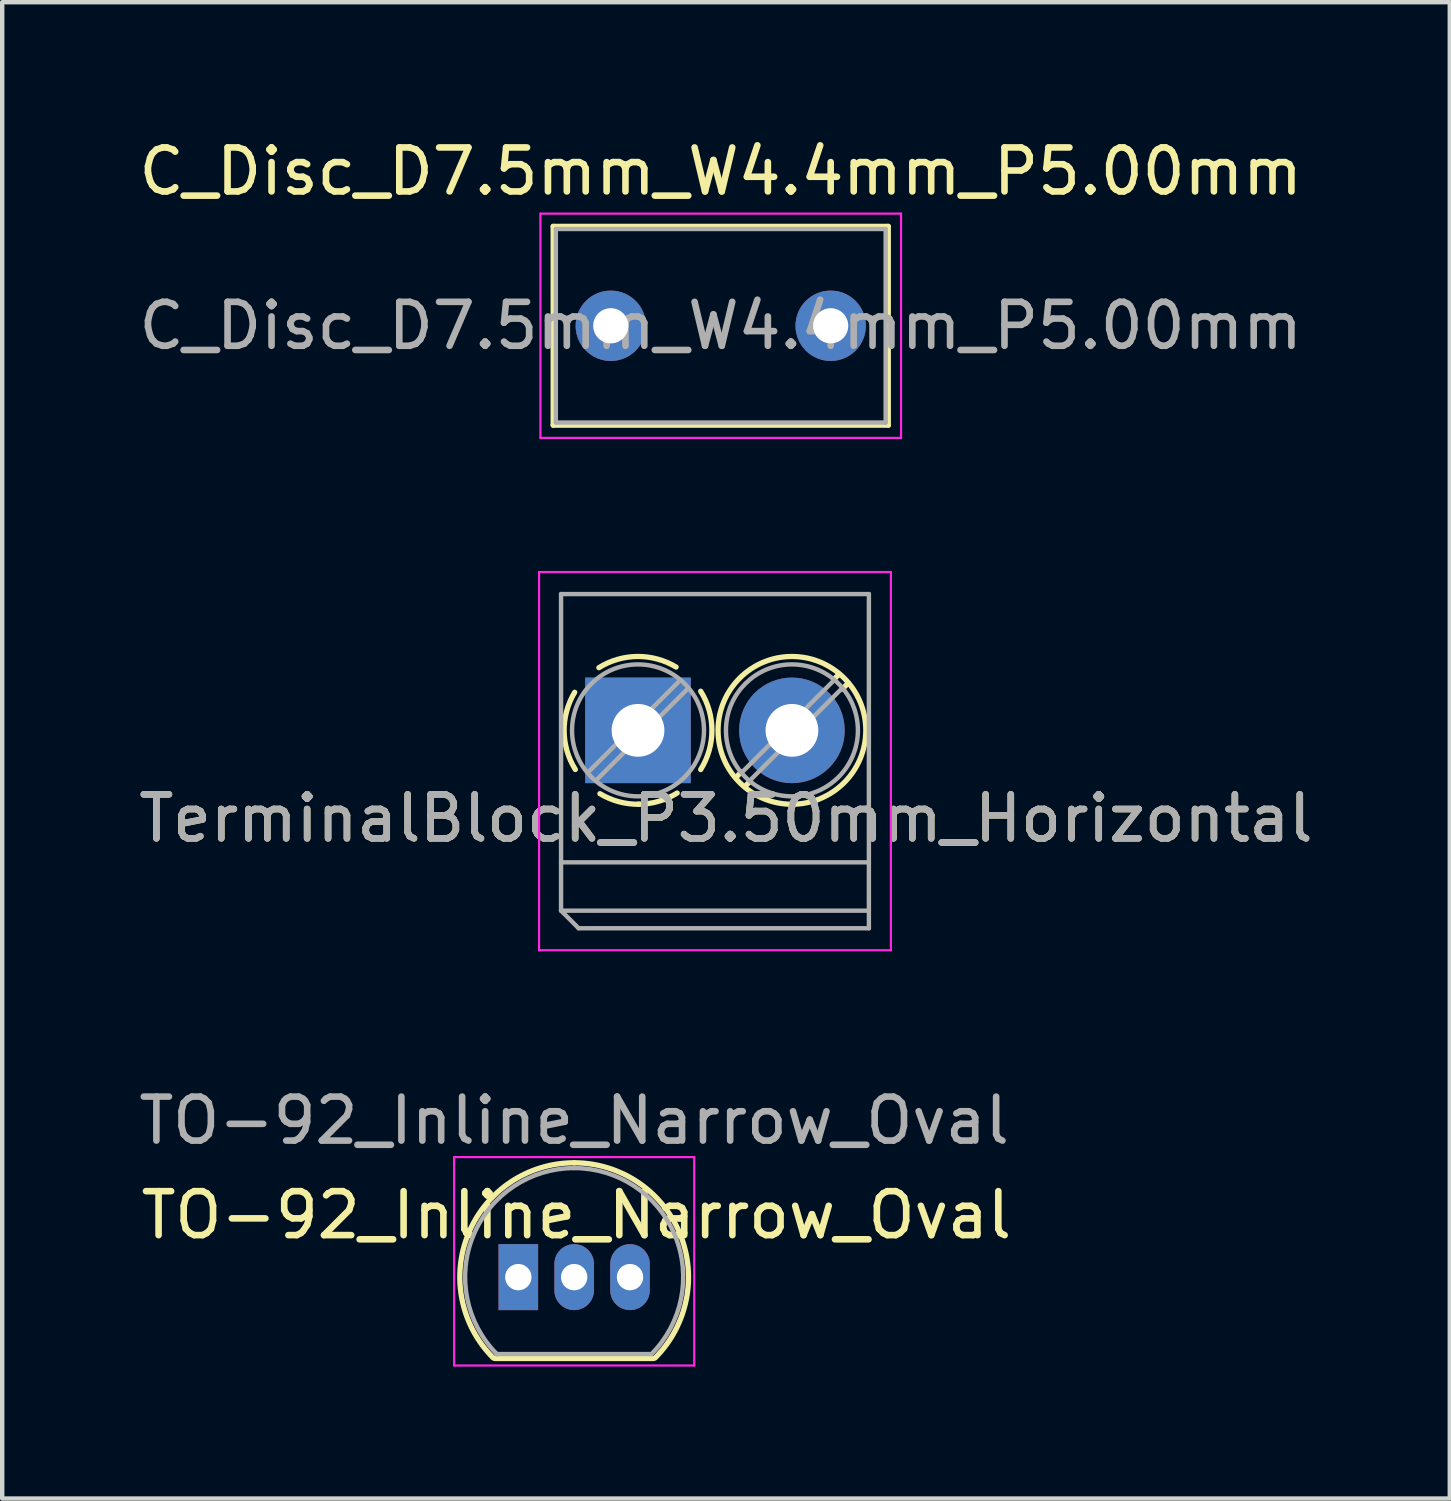
<source format=kicad_pcb>
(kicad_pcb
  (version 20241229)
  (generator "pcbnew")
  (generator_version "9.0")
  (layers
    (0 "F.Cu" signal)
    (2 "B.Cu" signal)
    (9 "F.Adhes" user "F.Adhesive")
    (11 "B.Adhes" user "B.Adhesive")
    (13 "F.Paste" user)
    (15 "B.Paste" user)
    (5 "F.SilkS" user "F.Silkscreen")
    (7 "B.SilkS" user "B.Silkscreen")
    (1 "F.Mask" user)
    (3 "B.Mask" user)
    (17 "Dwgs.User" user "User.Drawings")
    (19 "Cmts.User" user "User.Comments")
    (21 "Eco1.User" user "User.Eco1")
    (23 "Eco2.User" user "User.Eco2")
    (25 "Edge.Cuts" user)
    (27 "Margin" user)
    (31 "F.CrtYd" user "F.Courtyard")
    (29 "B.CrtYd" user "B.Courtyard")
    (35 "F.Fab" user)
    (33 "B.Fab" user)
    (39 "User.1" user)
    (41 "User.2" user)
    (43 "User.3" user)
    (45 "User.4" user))
  (footprint "C_Disc_D7.5mm_W4.4mm_P5.00mm"
    (layer "F.Cu")
    (at 10.839 4.358)
    (property "Reference" "C_Disc_D7.5mm_W4.4mm_P5.00mm" (at 2.5 -3.51 0) (layer "F.SilkS") (effects (font (size 1 1) (thickness 0.15))))
    (attr through_hole)
    (fp_line (start -1.31 -2.26) (end -1.31 2.26) (stroke (width 0.12) (type solid)) (layer "F.SilkS"))
    (fp_line (start -1.31 -2.26) (end 6.31 -2.26) (stroke (width 0.12) (type solid)) (layer "F.SilkS"))
    (fp_line (start -1.31 2.26) (end 6.31 2.26) (stroke (width 0.12) (type solid)) (layer "F.SilkS"))
    (fp_line (start 6.31 -2.26) (end 6.31 2.26) (stroke (width 0.12) (type solid)) (layer "F.SilkS"))
    (fp_line (start -1.6 -2.55) (end -1.6 2.55) (stroke (width 0.05) (type solid)) (layer "F.CrtYd"))
    (fp_line (start -1.6 2.55) (end 6.6 2.55) (stroke (width 0.05) (type solid)) (layer "F.CrtYd"))
    (fp_line (start 6.6 -2.55) (end -1.6 -2.55) (stroke (width 0.05) (type solid)) (layer "F.CrtYd"))
    (fp_line (start 6.6 2.55) (end 6.6 -2.55) (stroke (width 0.05) (type solid)) (layer "F.CrtYd"))
    (fp_line (start -1.25 -2.2) (end -1.25 2.2) (stroke (width 0.1) (type solid)) (layer "F.Fab"))
    (fp_line (start -1.25 2.2) (end 6.25 2.2) (stroke (width 0.1) (type solid)) (layer "F.Fab"))
    (fp_line (start 6.25 -2.2) (end -1.25 -2.2) (stroke (width 0.1) (type solid)) (layer "F.Fab"))
    (fp_line (start 6.25 2.2) (end 6.25 -2.2) (stroke (width 0.1) (type solid)) (layer "F.Fab"))
    (fp_text user "${REFERENCE}" (at 2.5 0 0) (layer "F.Fab") (effects (font (size 1 1) (thickness 0.15))))
    (pad "1" thru_hole circle (at 0 0) (size 1.6 1.6) (drill 0.8) (layers "*.Cu" "*.Mask"))
    (pad "2" thru_hole circle (at 5 0) (size 1.6 1.6) (drill 0.8) (layers "*.Cu" "*.Mask")))
  (footprint "TO-92_Inline_Narrow_Oval"
    (layer "F.Cu")
    (at 8.736 25.991)
    (property "Reference" "TO-92_Inline_Narrow_Oval" (at 1.32 -1.41 0) (layer "F.SilkS") (effects (font (size 1 1) (thickness 0.15))))
    (attr through_hole)
    (fp_line (start -0.53 1.85) (end 3.07 1.85) (stroke (width 0.12) (type solid)) (layer "F.SilkS"))
    (fp_arc (start -0.568478 1.838478) (mid -1.132087 -0.994977) (end 1.27 -2.6) (stroke (width 0.12) (type solid)) (layer "F.SilkS"))
    (fp_arc (start 1.27 -2.6) (mid 3.672087 -0.994977) (end 3.108478 1.838478) (stroke (width 0.12) (type solid)) (layer "F.SilkS"))
    (fp_line (start -1.46 -2.73) (end -1.46 2.01) (stroke (width 0.05) (type solid)) (layer "F.CrtYd"))
    (fp_line (start -1.46 -2.73) (end 4 -2.73) (stroke (width 0.05) (type solid)) (layer "F.CrtYd"))
    (fp_line (start 4 2.01) (end -1.46 2.01) (stroke (width 0.05) (type solid)) (layer "F.CrtYd"))
    (fp_line (start 4 2.01) (end 4 -2.73) (stroke (width 0.05) (type solid)) (layer "F.CrtYd"))
    (fp_line (start -0.5 1.75) (end 3 1.75) (stroke (width 0.1) (type solid)) (layer "F.Fab"))
    (fp_arc (start -0.483625 1.753625) (mid -1.021221 -0.949055) (end 1.27 -2.48) (stroke (width 0.1) (type solid)) (layer "F.Fab"))
    (fp_arc (start 1.27 -2.48) (mid 3.561221 -0.949055) (end 3.023625 1.753625) (stroke (width 0.1) (type solid)) (layer "F.Fab"))
    (fp_text user "${REFERENCE}" (at 1.27 -3.56 0) (layer "F.Fab") (effects (font (size 1 1) (thickness 0.15))))
    (pad "1" thru_hole rect (at 0 0 180) (size 0.9 1.5) (drill 0.6) (layers "*.Cu" "*.Mask"))
    (pad "2" thru_hole oval (at 1.27 0 180) (size 0.9 1.5) (drill 0.6) (layers "*.Cu" "*.Mask"))
    (pad "3" thru_hole oval (at 2.54 0 180) (size 0.9 1.5) (drill 0.6) (layers "*.Cu" "*.Mask")))
  (footprint "TerminalBlock_P3.50mm_Horizontal"
    (layer "F.Cu")
    (at 11.458 13.558)
    (property "Reference" "TerminalBlock_P3.50mm_Horizontal" (at 2 2 0) (layer "F.SilkS") (effects (font (size 1 1) (thickness 0.15))))
    (attr through_hole)
    (fp_line (start 2.355 0.941) (end 2.226 1.069) (stroke (width 0.12) (type solid)) (layer "F.SilkS"))
    (fp_line (start 2.525 1.181) (end 2.431 1.274) (stroke (width 0.12) (type solid)) (layer "F.SilkS"))
    (fp_line (start 4.57 -1.275) (end 4.476 -1.181) (stroke (width 0.12) (type solid)) (layer "F.SilkS"))
    (fp_line (start 4.775 -1.069) (end 4.646 -0.941) (stroke (width 0.12) (type solid)) (layer "F.SilkS"))
    (fp_arc (start -1.425358 0.889894) (mid -1.680286 0.014012) (end -1.44 -0.866) (stroke (width 0.12) (type solid)) (layer "F.SilkS"))
    (fp_arc (start -0.889894 -1.425358) (mid -0.014012 -1.680286) (end 0.866 -1.44) (stroke (width 0.12) (type solid)) (layer "F.SilkS"))
    (fp_arc (start 0.028674 1.680099) (mid -0.435535 1.622918) (end -0.866 1.44) (stroke (width 0.12) (type solid)) (layer "F.SilkS"))
    (fp_arc (start 0.890264 1.424721) (mid 0.463071 1.61492) (end 0 1.68) (stroke (width 0.12) (type solid)) (layer "F.SilkS"))
    (fp_arc (start 1.425504 -0.890193) (mid 1.680626 0.000476) (end 1.425 0.891) (stroke (width 0.12) (type solid)) (layer "F.SilkS"))
    (fp_circle (center 3.5 0) (end 5.18 0) (stroke (width 0.12) (type solid)) (fill no) (layer "F.SilkS"))
    (fp_line (start -2.25 -3.6) (end -2.25 5) (stroke (width 0.05) (type solid)) (layer "F.CrtYd"))
    (fp_line (start -2.25 5) (end 5.75 5) (stroke (width 0.05) (type solid)) (layer "F.CrtYd"))
    (fp_line (start 5.75 -3.6) (end -2.25 -3.6) (stroke (width 0.05) (type solid)) (layer "F.CrtYd"))
    (fp_line (start 5.75 5) (end 5.75 -3.6) (stroke (width 0.05) (type solid)) (layer "F.CrtYd"))
    (fp_line (start -1.75 -3.1) (end 5.25 -3.1) (stroke (width 0.1) (type solid)) (layer "F.Fab"))
    (fp_line (start -1.75 3) (end 5.25 3) (stroke (width 0.1) (type solid)) (layer "F.Fab"))
    (fp_line (start -1.75 4.1) (end -1.75 -3.1) (stroke (width 0.1) (type solid)) (layer "F.Fab"))
    (fp_line (start -1.75 4.1) (end 5.25 4.1) (stroke (width 0.1) (type solid)) (layer "F.Fab"))
    (fp_line (start -1.35 4.5) (end -1.75 4.1) (stroke (width 0.1) (type solid)) (layer "F.Fab"))
    (fp_line (start 0.955 -1.138) (end -1.138 0.955) (stroke (width 0.1) (type solid)) (layer "F.Fab"))
    (fp_line (start 1.138 -0.955) (end -0.955 1.138) (stroke (width 0.1) (type solid)) (layer "F.Fab"))
    (fp_line (start 4.455 -1.138) (end 2.363 0.955) (stroke (width 0.1) (type solid)) (layer "F.Fab"))
    (fp_line (start 4.638 -0.955) (end 2.546 1.138) (stroke (width 0.1) (type solid)) (layer "F.Fab"))
    (fp_line (start 5.25 -3.1) (end 5.25 4.5) (stroke (width 0.1) (type solid)) (layer "F.Fab"))
    (fp_line (start 5.25 4.5) (end -1.35 4.5) (stroke (width 0.1) (type solid)) (layer "F.Fab"))
    (fp_circle (center 0 0) (end 1.5 0) (stroke (width 0.1) (type solid)) (fill no) (layer "F.Fab"))
    (fp_circle (center 3.5 0) (end 5 0) (stroke (width 0.1) (type solid)) (fill no) (layer "F.Fab"))
    (fp_text user "${REFERENCE}" (at 2 2 0) (layer "F.Fab") (effects (font (size 1 1) (thickness 0.15))))
    (pad "1" thru_hole rect (at 0 0) (size 2.4 2.4) (drill 1.2) (layers "*.Cu" "*.Mask"))
    (pad "2" thru_hole circle (at 3.5 0) (size 2.4 2.4) (drill 1.2) (layers "*.Cu" "*.Mask")))
  (gr_rect
    (start -3 -3)
    (end 29.917 31.026)
    (stroke (width 0.1) (type default))
    (fill no)
    (layer "Edge.Cuts")))
</source>
